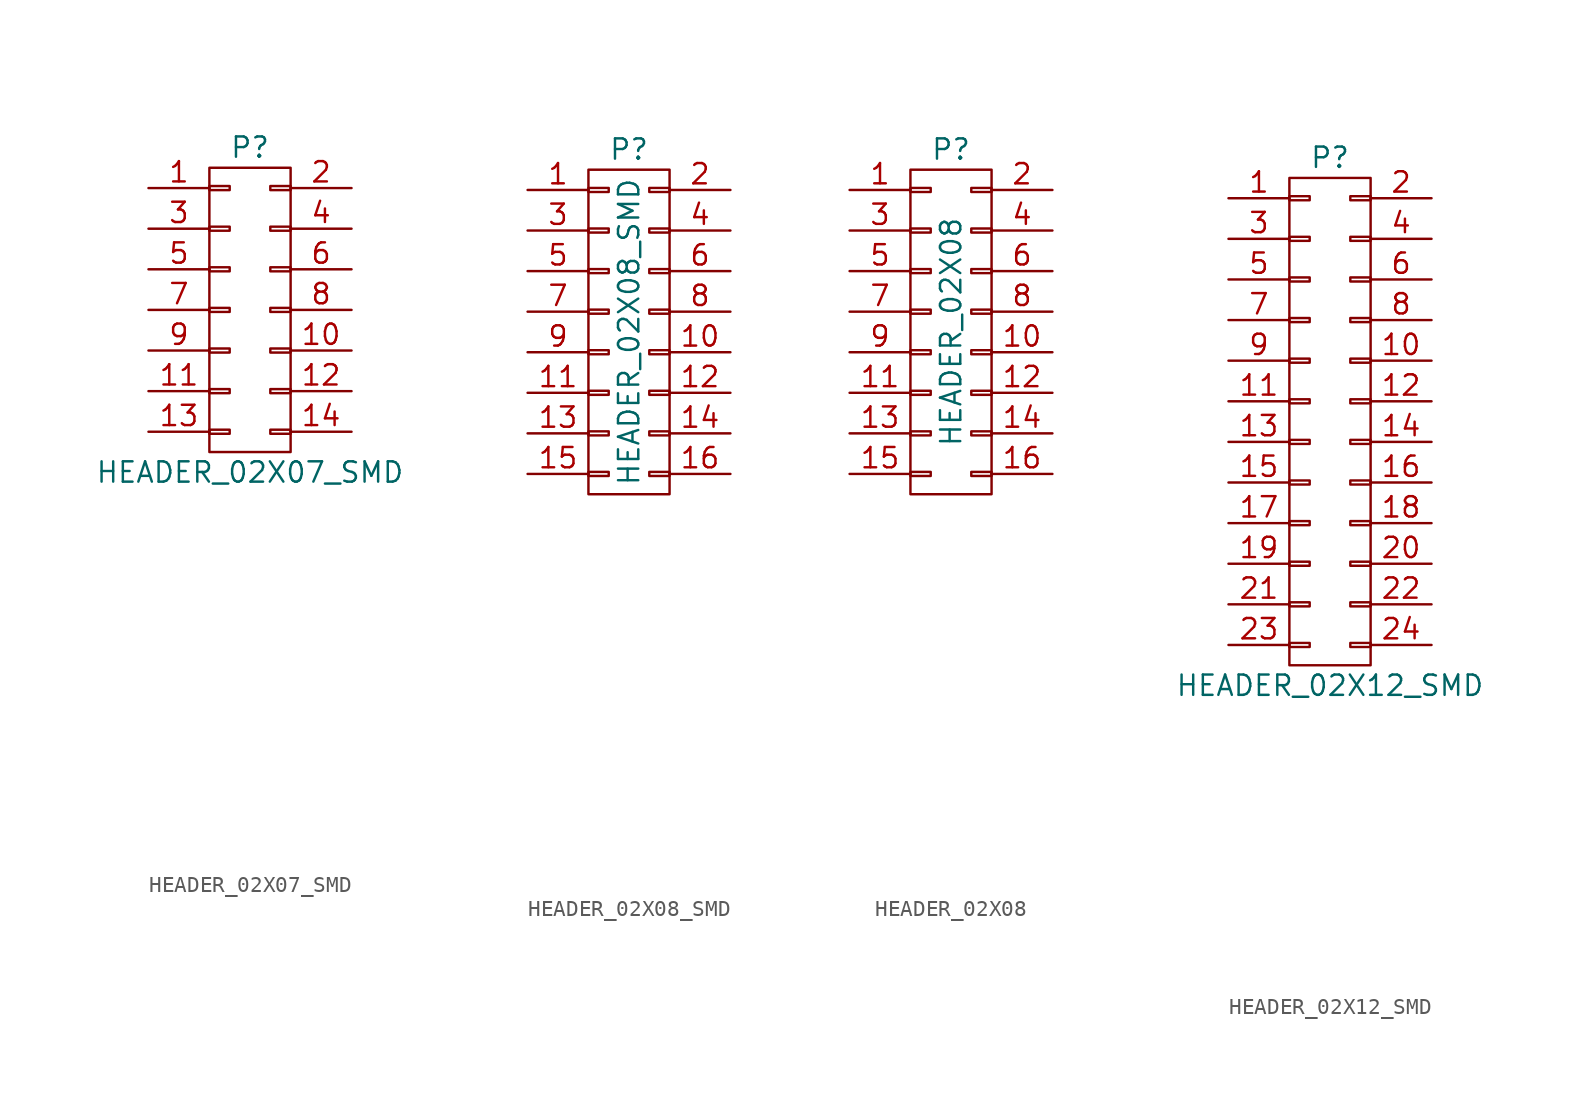
<source format=kicad_sym>
(kicad_symbol_lib
  (version 20211014)
  (generator kicad_symbol_editor)
  (symbol "HEADER_02X07_SMD"
    (pin_names
      (offset 0.025) hide)
    (property "Reference" "P"
      (at 0 10.16 0)
      (effects (font (size 1.27 1.27))))
    (property "Value" "HEADER_02X07_SMD"
      (at 0 -10.16 0)
      (effects (font (size 1.27 1.27))))
    (property "Datasheet" ""
      (at 0 -30.48 0)
      (effects (font (size 1.524 1.524))))
    (symbol "HEADER_02X07_SMD_0_1"
      (rectangle (start -2.54 -7.493) (end -1.27 -7.747) (stroke (width 0) (type default) (color 0 0 0 0)) (fill (type none)))
      (rectangle (start -2.54 -4.953) (end -1.27 -5.207) (stroke (width 0) (type default) (color 0 0 0 0)) (fill (type none)))
      (rectangle (start -2.54 -2.413) (end -1.27 -2.667) (stroke (width 0) (type default) (color 0 0 0 0)) (fill (type none)))
      (rectangle (start -2.54 0.127) (end -1.27 -0.127) (stroke (width 0) (type default) (color 0 0 0 0)) (fill (type none)))
      (rectangle (start -2.54 2.667) (end -1.27 2.413) (stroke (width 0) (type default) (color 0 0 0 0)) (fill (type none)))
      (rectangle (start -2.54 5.207) (end -1.27 4.953) (stroke (width 0) (type default) (color 0 0 0 0)) (fill (type none)))
      (rectangle (start -2.54 7.747) (end -1.27 7.493) (stroke (width 0) (type default) (color 0 0 0 0)) (fill (type none)))
      (rectangle (start -2.54 8.89) (end 2.54 -8.89) (stroke (width 0) (type default) (color 0 0 0 0)) (fill (type none)))
      (rectangle (start 1.27 -7.493) (end 2.54 -7.747) (stroke (width 0) (type default) (color 0 0 0 0)) (fill (type none)))
      (rectangle (start 1.27 -4.953) (end 2.54 -5.207) (stroke (width 0) (type default) (color 0 0 0 0)) (fill (type none)))
      (rectangle (start 1.27 -2.413) (end 2.54 -2.667) (stroke (width 0) (type default) (color 0 0 0 0)) (fill (type none)))
      (rectangle (start 1.27 0.127) (end 2.54 -0.127) (stroke (width 0) (type default) (color 0 0 0 0)) (fill (type none)))
      (rectangle (start 1.27 2.667) (end 2.54 2.413) (stroke (width 0) (type default) (color 0 0 0 0)) (fill (type none)))
      (rectangle (start 1.27 5.207) (end 2.54 4.953) (stroke (width 0) (type default) (color 0 0 0 0)) (fill (type none)))
      (rectangle (start 1.27 7.747) (end 2.54 7.493) (stroke (width 0) (type default) (color 0 0 0 0)) (fill (type none))))
    (symbol "HEADER_02X07_SMD_1_1"
      (pin passive line (at -6.35 7.62 0) (length 3.81) (name "P1" (effects (font (size 1.27 1.27)))) (number "1" (effects (font (size 1.27 1.27)))))
      (pin passive line (at 6.35 -2.54 180) (length 3.81) (name "P10" (effects (font (size 1.27 1.27)))) (number "10" (effects (font (size 1.27 1.27)))))
      (pin passive line (at -6.35 -5.08 0) (length 3.81) (name "P11" (effects (font (size 1.27 1.27)))) (number "11" (effects (font (size 1.27 1.27)))))
      (pin passive line (at 6.35 -5.08 180) (length 3.81) (name "P12" (effects (font (size 1.27 1.27)))) (number "12" (effects (font (size 1.27 1.27)))))
      (pin passive line (at -6.35 -7.62 0) (length 3.81) (name "P13" (effects (font (size 1.27 1.27)))) (number "13" (effects (font (size 1.27 1.27)))))
      (pin passive line (at 6.35 -7.62 180) (length 3.81) (name "P14" (effects (font (size 1.27 1.27)))) (number "14" (effects (font (size 1.27 1.27)))))
      (pin passive line (at 6.35 7.62 180) (length 3.81) (name "P2" (effects (font (size 1.27 1.27)))) (number "2" (effects (font (size 1.27 1.27)))))
      (pin passive line (at -6.35 5.08 0) (length 3.81) (name "P3" (effects (font (size 1.27 1.27)))) (number "3" (effects (font (size 1.27 1.27)))))
      (pin passive line (at 6.35 5.08 180) (length 3.81) (name "P4" (effects (font (size 1.27 1.27)))) (number "4" (effects (font (size 1.27 1.27)))))
      (pin passive line (at -6.35 2.54 0) (length 3.81) (name "P5" (effects (font (size 1.27 1.27)))) (number "5" (effects (font (size 1.27 1.27)))))
      (pin passive line (at 6.35 2.54 180) (length 3.81) (name "P6" (effects (font (size 1.27 1.27)))) (number "6" (effects (font (size 1.27 1.27)))))
      (pin passive line (at -6.35 0 0) (length 3.81) (name "P7" (effects (font (size 1.27 1.27)))) (number "7" (effects (font (size 1.27 1.27)))))
      (pin passive line (at 6.35 0 180) (length 3.81) (name "P8" (effects (font (size 1.27 1.27)))) (number "8" (effects (font (size 1.27 1.27)))))
      (pin passive line (at -6.35 -2.54 0) (length 3.81) (name "P9" (effects (font (size 1.27 1.27)))) (number "9" (effects (font (size 1.27 1.27)))))))
  (symbol "HEADER_02X08_SMD"
    (pin_names
      (offset 0.025) hide)
    (property "Reference" "P"
      (at 0 11.43 0)
      (effects (font (size 1.27 1.27))))
    (property "Value" "HEADER_02X08_SMD"
      (at 0 0 90)
      (effects (font (size 1.27 1.27))))
    (property "Datasheet" ""
      (at 0 -30.48 0)
      (effects (font (size 1.524 1.524))))
    (symbol "HEADER_02X08_SMD_0_1"
      (rectangle (start -2.54 -8.763) (end -1.27 -9.017) (stroke (width 0) (type default) (color 0 0 0 0)) (fill (type none)))
      (rectangle (start -2.54 -6.223) (end -1.27 -6.477) (stroke (width 0) (type default) (color 0 0 0 0)) (fill (type none)))
      (rectangle (start -2.54 -3.683) (end -1.27 -3.937) (stroke (width 0) (type default) (color 0 0 0 0)) (fill (type none)))
      (rectangle (start -2.54 -1.143) (end -1.27 -1.397) (stroke (width 0) (type default) (color 0 0 0 0)) (fill (type none)))
      (rectangle (start -2.54 1.397) (end -1.27 1.143) (stroke (width 0) (type default) (color 0 0 0 0)) (fill (type none)))
      (rectangle (start -2.54 3.937) (end -1.27 3.683) (stroke (width 0) (type default) (color 0 0 0 0)) (fill (type none)))
      (rectangle (start -2.54 6.477) (end -1.27 6.223) (stroke (width 0) (type default) (color 0 0 0 0)) (fill (type none)))
      (rectangle (start -2.54 9.017) (end -1.27 8.763) (stroke (width 0) (type default) (color 0 0 0 0)) (fill (type none)))
      (rectangle (start -2.54 10.16) (end 2.54 -10.16) (stroke (width 0) (type default) (color 0 0 0 0)) (fill (type none)))
      (rectangle (start 1.27 -8.763) (end 2.54 -9.017) (stroke (width 0) (type default) (color 0 0 0 0)) (fill (type none)))
      (rectangle (start 1.27 -6.223) (end 2.54 -6.477) (stroke (width 0) (type default) (color 0 0 0 0)) (fill (type none)))
      (rectangle (start 1.27 -3.683) (end 2.54 -3.937) (stroke (width 0) (type default) (color 0 0 0 0)) (fill (type none)))
      (rectangle (start 1.27 -1.143) (end 2.54 -1.397) (stroke (width 0) (type default) (color 0 0 0 0)) (fill (type none)))
      (rectangle (start 1.27 1.397) (end 2.54 1.143) (stroke (width 0) (type default) (color 0 0 0 0)) (fill (type none)))
      (rectangle (start 1.27 3.937) (end 2.54 3.683) (stroke (width 0) (type default) (color 0 0 0 0)) (fill (type none)))
      (rectangle (start 1.27 6.477) (end 2.54 6.223) (stroke (width 0) (type default) (color 0 0 0 0)) (fill (type none)))
      (rectangle (start 1.27 9.017) (end 2.54 8.763) (stroke (width 0) (type default) (color 0 0 0 0)) (fill (type none))))
    (symbol "HEADER_02X08_SMD_1_1"
      (pin passive line (at -6.35 8.89 0) (length 3.81) (name "P1" (effects (font (size 1.27 1.27)))) (number "1" (effects (font (size 1.27 1.27)))))
      (pin passive line (at 6.35 -1.27 180) (length 3.81) (name "P10" (effects (font (size 1.27 1.27)))) (number "10" (effects (font (size 1.27 1.27)))))
      (pin passive line (at -6.35 -3.81 0) (length 3.81) (name "P11" (effects (font (size 1.27 1.27)))) (number "11" (effects (font (size 1.27 1.27)))))
      (pin passive line (at 6.35 -3.81 180) (length 3.81) (name "P12" (effects (font (size 1.27 1.27)))) (number "12" (effects (font (size 1.27 1.27)))))
      (pin passive line (at -6.35 -6.35 0) (length 3.81) (name "P13" (effects (font (size 1.27 1.27)))) (number "13" (effects (font (size 1.27 1.27)))))
      (pin passive line (at 6.35 -6.35 180) (length 3.81) (name "P14" (effects (font (size 1.27 1.27)))) (number "14" (effects (font (size 1.27 1.27)))))
      (pin passive line (at -6.35 -8.89 0) (length 3.81) (name "P15" (effects (font (size 1.27 1.27)))) (number "15" (effects (font (size 1.27 1.27)))))
      (pin passive line (at 6.35 -8.89 180) (length 3.81) (name "P16" (effects (font (size 1.27 1.27)))) (number "16" (effects (font (size 1.27 1.27)))))
      (pin passive line (at 6.35 8.89 180) (length 3.81) (name "P2" (effects (font (size 1.27 1.27)))) (number "2" (effects (font (size 1.27 1.27)))))
      (pin passive line (at -6.35 6.35 0) (length 3.81) (name "P3" (effects (font (size 1.27 1.27)))) (number "3" (effects (font (size 1.27 1.27)))))
      (pin passive line (at 6.35 6.35 180) (length 3.81) (name "P4" (effects (font (size 1.27 1.27)))) (number "4" (effects (font (size 1.27 1.27)))))
      (pin passive line (at -6.35 3.81 0) (length 3.81) (name "P5" (effects (font (size 1.27 1.27)))) (number "5" (effects (font (size 1.27 1.27)))))
      (pin passive line (at 6.35 3.81 180) (length 3.81) (name "P6" (effects (font (size 1.27 1.27)))) (number "6" (effects (font (size 1.27 1.27)))))
      (pin passive line (at -6.35 1.27 0) (length 3.81) (name "P7" (effects (font (size 1.27 1.27)))) (number "7" (effects (font (size 1.27 1.27)))))
      (pin passive line (at 6.35 1.27 180) (length 3.81) (name "P8" (effects (font (size 1.27 1.27)))) (number "8" (effects (font (size 1.27 1.27)))))
      (pin passive line (at -6.35 -1.27 0) (length 3.81) (name "P9" (effects (font (size 1.27 1.27)))) (number "9" (effects (font (size 1.27 1.27)))))))
  (symbol "HEADER_02X08"
    (pin_names
      (offset 0.025) hide)
    (property "Reference" "P"
      (at 0 11.43 0)
      (effects (font (size 1.27 1.27))))
    (property "Value" "HEADER_02X08"
      (at 0 0 90)
      (effects (font (size 1.27 1.27))))
    (property "Datasheet" ""
      (at 0 -30.48 0)
      (effects (font (size 1.524 1.524))))
    (symbol "HEADER_02X08_0_1"
      (rectangle (start -2.54 -8.763) (end -1.27 -9.017) (stroke (width 0) (type default) (color 0 0 0 0)) (fill (type none)))
      (rectangle (start -2.54 -6.223) (end -1.27 -6.477) (stroke (width 0) (type default) (color 0 0 0 0)) (fill (type none)))
      (rectangle (start -2.54 -3.683) (end -1.27 -3.937) (stroke (width 0) (type default) (color 0 0 0 0)) (fill (type none)))
      (rectangle (start -2.54 -1.143) (end -1.27 -1.397) (stroke (width 0) (type default) (color 0 0 0 0)) (fill (type none)))
      (rectangle (start -2.54 1.397) (end -1.27 1.143) (stroke (width 0) (type default) (color 0 0 0 0)) (fill (type none)))
      (rectangle (start -2.54 3.937) (end -1.27 3.683) (stroke (width 0) (type default) (color 0 0 0 0)) (fill (type none)))
      (rectangle (start -2.54 6.477) (end -1.27 6.223) (stroke (width 0) (type default) (color 0 0 0 0)) (fill (type none)))
      (rectangle (start -2.54 9.017) (end -1.27 8.763) (stroke (width 0) (type default) (color 0 0 0 0)) (fill (type none)))
      (rectangle (start -2.54 10.16) (end 2.54 -10.16) (stroke (width 0) (type default) (color 0 0 0 0)) (fill (type none)))
      (rectangle (start 1.27 -8.763) (end 2.54 -9.017) (stroke (width 0) (type default) (color 0 0 0 0)) (fill (type none)))
      (rectangle (start 1.27 -6.223) (end 2.54 -6.477) (stroke (width 0) (type default) (color 0 0 0 0)) (fill (type none)))
      (rectangle (start 1.27 -3.683) (end 2.54 -3.937) (stroke (width 0) (type default) (color 0 0 0 0)) (fill (type none)))
      (rectangle (start 1.27 -1.143) (end 2.54 -1.397) (stroke (width 0) (type default) (color 0 0 0 0)) (fill (type none)))
      (rectangle (start 1.27 1.397) (end 2.54 1.143) (stroke (width 0) (type default) (color 0 0 0 0)) (fill (type none)))
      (rectangle (start 1.27 3.937) (end 2.54 3.683) (stroke (width 0) (type default) (color 0 0 0 0)) (fill (type none)))
      (rectangle (start 1.27 6.477) (end 2.54 6.223) (stroke (width 0) (type default) (color 0 0 0 0)) (fill (type none)))
      (rectangle (start 1.27 9.017) (end 2.54 8.763) (stroke (width 0) (type default) (color 0 0 0 0)) (fill (type none))))
    (symbol "HEADER_02X08_1_1"
      (pin passive line (at -6.35 8.89 0) (length 3.81) (name "P1" (effects (font (size 1.27 1.27)))) (number "1" (effects (font (size 1.27 1.27)))))
      (pin passive line (at 6.35 -1.27 180) (length 3.81) (name "P10" (effects (font (size 1.27 1.27)))) (number "10" (effects (font (size 1.27 1.27)))))
      (pin passive line (at -6.35 -3.81 0) (length 3.81) (name "P11" (effects (font (size 1.27 1.27)))) (number "11" (effects (font (size 1.27 1.27)))))
      (pin passive line (at 6.35 -3.81 180) (length 3.81) (name "P12" (effects (font (size 1.27 1.27)))) (number "12" (effects (font (size 1.27 1.27)))))
      (pin passive line (at -6.35 -6.35 0) (length 3.81) (name "P13" (effects (font (size 1.27 1.27)))) (number "13" (effects (font (size 1.27 1.27)))))
      (pin passive line (at 6.35 -6.35 180) (length 3.81) (name "P14" (effects (font (size 1.27 1.27)))) (number "14" (effects (font (size 1.27 1.27)))))
      (pin passive line (at -6.35 -8.89 0) (length 3.81) (name "P15" (effects (font (size 1.27 1.27)))) (number "15" (effects (font (size 1.27 1.27)))))
      (pin passive line (at 6.35 -8.89 180) (length 3.81) (name "P16" (effects (font (size 1.27 1.27)))) (number "16" (effects (font (size 1.27 1.27)))))
      (pin passive line (at 6.35 8.89 180) (length 3.81) (name "P2" (effects (font (size 1.27 1.27)))) (number "2" (effects (font (size 1.27 1.27)))))
      (pin passive line (at -6.35 6.35 0) (length 3.81) (name "P3" (effects (font (size 1.27 1.27)))) (number "3" (effects (font (size 1.27 1.27)))))
      (pin passive line (at 6.35 6.35 180) (length 3.81) (name "P4" (effects (font (size 1.27 1.27)))) (number "4" (effects (font (size 1.27 1.27)))))
      (pin passive line (at -6.35 3.81 0) (length 3.81) (name "P5" (effects (font (size 1.27 1.27)))) (number "5" (effects (font (size 1.27 1.27)))))
      (pin passive line (at 6.35 3.81 180) (length 3.81) (name "P6" (effects (font (size 1.27 1.27)))) (number "6" (effects (font (size 1.27 1.27)))))
      (pin passive line (at -6.35 1.27 0) (length 3.81) (name "P7" (effects (font (size 1.27 1.27)))) (number "7" (effects (font (size 1.27 1.27)))))
      (pin passive line (at 6.35 1.27 180) (length 3.81) (name "P8" (effects (font (size 1.27 1.27)))) (number "8" (effects (font (size 1.27 1.27)))))
      (pin passive line (at -6.35 -1.27 0) (length 3.81) (name "P9" (effects (font (size 1.27 1.27)))) (number "9" (effects (font (size 1.27 1.27)))))))
  (symbol "HEADER_02X12_SMD"
    (pin_names
      (offset 0.025) hide)
    (property "Reference" "P"
      (at 0 16.51 0)
      (effects (font (size 1.27 1.27))))
    (property "Value" "HEADER_02X12_SMD"
      (at 0 -16.51 0)
      (effects (font (size 1.27 1.27))))
    (property "Datasheet" ""
      (at 0 -30.48 0)
      (effects (font (size 1.524 1.524))))
    (symbol "HEADER_02X12_SMD_0_1"
      (rectangle (start -2.54 -13.843) (end -1.27 -14.097) (stroke (width 0) (type default) (color 0 0 0 0)) (fill (type none)))
      (rectangle (start -2.54 -11.303) (end -1.27 -11.557) (stroke (width 0) (type default) (color 0 0 0 0)) (fill (type none)))
      (rectangle (start -2.54 -8.763) (end -1.27 -9.017) (stroke (width 0) (type default) (color 0 0 0 0)) (fill (type none)))
      (rectangle (start -2.54 -6.223) (end -1.27 -6.477) (stroke (width 0) (type default) (color 0 0 0 0)) (fill (type none)))
      (rectangle (start -2.54 -3.683) (end -1.27 -3.937) (stroke (width 0) (type default) (color 0 0 0 0)) (fill (type none)))
      (rectangle (start -2.54 -1.143) (end -1.27 -1.397) (stroke (width 0) (type default) (color 0 0 0 0)) (fill (type none)))
      (rectangle (start -2.54 1.397) (end -1.27 1.143) (stroke (width 0) (type default) (color 0 0 0 0)) (fill (type none)))
      (rectangle (start -2.54 3.937) (end -1.27 3.683) (stroke (width 0) (type default) (color 0 0 0 0)) (fill (type none)))
      (rectangle (start -2.54 6.477) (end -1.27 6.223) (stroke (width 0) (type default) (color 0 0 0 0)) (fill (type none)))
      (rectangle (start -2.54 9.017) (end -1.27 8.763) (stroke (width 0) (type default) (color 0 0 0 0)) (fill (type none)))
      (rectangle (start -2.54 11.557) (end -1.27 11.303) (stroke (width 0) (type default) (color 0 0 0 0)) (fill (type none)))
      (rectangle (start -2.54 14.097) (end -1.27 13.843) (stroke (width 0) (type default) (color 0 0 0 0)) (fill (type none)))
      (rectangle (start -2.54 15.24) (end 2.54 -15.24) (stroke (width 0) (type default) (color 0 0 0 0)) (fill (type none)))
      (rectangle (start 1.27 -13.843) (end 2.54 -14.097) (stroke (width 0) (type default) (color 0 0 0 0)) (fill (type none)))
      (rectangle (start 1.27 -11.303) (end 2.54 -11.557) (stroke (width 0) (type default) (color 0 0 0 0)) (fill (type none)))
      (rectangle (start 1.27 -8.763) (end 2.54 -9.017) (stroke (width 0) (type default) (color 0 0 0 0)) (fill (type none)))
      (rectangle (start 1.27 -6.223) (end 2.54 -6.477) (stroke (width 0) (type default) (color 0 0 0 0)) (fill (type none)))
      (rectangle (start 1.27 -3.683) (end 2.54 -3.937) (stroke (width 0) (type default) (color 0 0 0 0)) (fill (type none)))
      (rectangle (start 1.27 -1.143) (end 2.54 -1.397) (stroke (width 0) (type default) (color 0 0 0 0)) (fill (type none)))
      (rectangle (start 1.27 1.397) (end 2.54 1.143) (stroke (width 0) (type default) (color 0 0 0 0)) (fill (type none)))
      (rectangle (start 1.27 3.937) (end 2.54 3.683) (stroke (width 0) (type default) (color 0 0 0 0)) (fill (type none)))
      (rectangle (start 1.27 6.477) (end 2.54 6.223) (stroke (width 0) (type default) (color 0 0 0 0)) (fill (type none)))
      (rectangle (start 1.27 9.017) (end 2.54 8.763) (stroke (width 0) (type default) (color 0 0 0 0)) (fill (type none)))
      (rectangle (start 1.27 11.557) (end 2.54 11.303) (stroke (width 0) (type default) (color 0 0 0 0)) (fill (type none)))
      (rectangle (start 1.27 14.097) (end 2.54 13.843) (stroke (width 0) (type default) (color 0 0 0 0)) (fill (type none))))
    (symbol "HEADER_02X12_SMD_1_1"
      (pin passive line (at -6.35 13.97 0) (length 3.81) (name "~" (effects (font (size 1.27 1.27)))) (number "1" (effects (font (size 1.27 1.27)))))
      (pin passive line (at 6.35 3.81 180) (length 3.81) (name "~" (effects (font (size 1.27 1.27)))) (number "10" (effects (font (size 1.27 1.27)))))
      (pin passive line (at -6.35 1.27 0) (length 3.81) (name "~" (effects (font (size 1.27 1.27)))) (number "11" (effects (font (size 1.27 1.27)))))
      (pin passive line (at 6.35 1.27 180) (length 3.81) (name "~" (effects (font (size 1.27 1.27)))) (number "12" (effects (font (size 1.27 1.27)))))
      (pin passive line (at -6.35 -1.27 0) (length 3.81) (name "~" (effects (font (size 1.27 1.27)))) (number "13" (effects (font (size 1.27 1.27)))))
      (pin passive line (at 6.35 -1.27 180) (length 3.81) (name "~" (effects (font (size 1.27 1.27)))) (number "14" (effects (font (size 1.27 1.27)))))
      (pin passive line (at -6.35 -3.81 0) (length 3.81) (name "~" (effects (font (size 1.27 1.27)))) (number "15" (effects (font (size 1.27 1.27)))))
      (pin passive line (at 6.35 -3.81 180) (length 3.81) (name "~" (effects (font (size 1.27 1.27)))) (number "16" (effects (font (size 1.27 1.27)))))
      (pin passive line (at -6.35 -6.35 0) (length 3.81) (name "~" (effects (font (size 1.27 1.27)))) (number "17" (effects (font (size 1.27 1.27)))))
      (pin passive line (at 6.35 -6.35 180) (length 3.81) (name "~" (effects (font (size 1.27 1.27)))) (number "18" (effects (font (size 1.27 1.27)))))
      (pin passive line (at -6.35 -8.89 0) (length 3.81) (name "~" (effects (font (size 1.27 1.27)))) (number "19" (effects (font (size 1.27 1.27)))))
      (pin passive line (at 6.35 13.97 180) (length 3.81) (name "~" (effects (font (size 1.27 1.27)))) (number "2" (effects (font (size 1.27 1.27)))))
      (pin passive line (at 6.35 -8.89 180) (length 3.81) (name "~" (effects (font (size 1.27 1.27)))) (number "20" (effects (font (size 1.27 1.27)))))
      (pin passive line (at -6.35 -11.43 0) (length 3.81) (name "~" (effects (font (size 1.27 1.27)))) (number "21" (effects (font (size 1.27 1.27)))))
      (pin passive line (at 6.35 -11.43 180) (length 3.81) (name "~" (effects (font (size 1.27 1.27)))) (number "22" (effects (font (size 1.27 1.27)))))
      (pin passive line (at -6.35 -13.97 0) (length 3.81) (name "~" (effects (font (size 1.27 1.27)))) (number "23" (effects (font (size 1.27 1.27)))))
      (pin passive line (at 6.35 -13.97 180) (length 3.81) (name "~" (effects (font (size 1.27 1.27)))) (number "24" (effects (font (size 1.27 1.27)))))
      (pin passive line (at -6.35 11.43 0) (length 3.81) (name "~" (effects (font (size 1.27 1.27)))) (number "3" (effects (font (size 1.27 1.27)))))
      (pin passive line (at 6.35 11.43 180) (length 3.81) (name "~" (effects (font (size 1.27 1.27)))) (number "4" (effects (font (size 1.27 1.27)))))
      (pin passive line (at -6.35 8.89 0) (length 3.81) (name "~" (effects (font (size 1.27 1.27)))) (number "5" (effects (font (size 1.27 1.27)))))
      (pin passive line (at 6.35 8.89 180) (length 3.81) (name "~" (effects (font (size 1.27 1.27)))) (number "6" (effects (font (size 1.27 1.27)))))
      (pin passive line (at -6.35 6.35 0) (length 3.81) (name "~" (effects (font (size 1.27 1.27)))) (number "7" (effects (font (size 1.27 1.27)))))
      (pin passive line (at 6.35 6.35 180) (length 3.81) (name "~" (effects (font (size 1.27 1.27)))) (number "8" (effects (font (size 1.27 1.27)))))
      (pin passive line (at -6.35 3.81 0) (length 3.81) (name "~" (effects (font (size 1.27 1.27)))) (number "9" (effects (font (size 1.27 1.27))))))))
</source>
